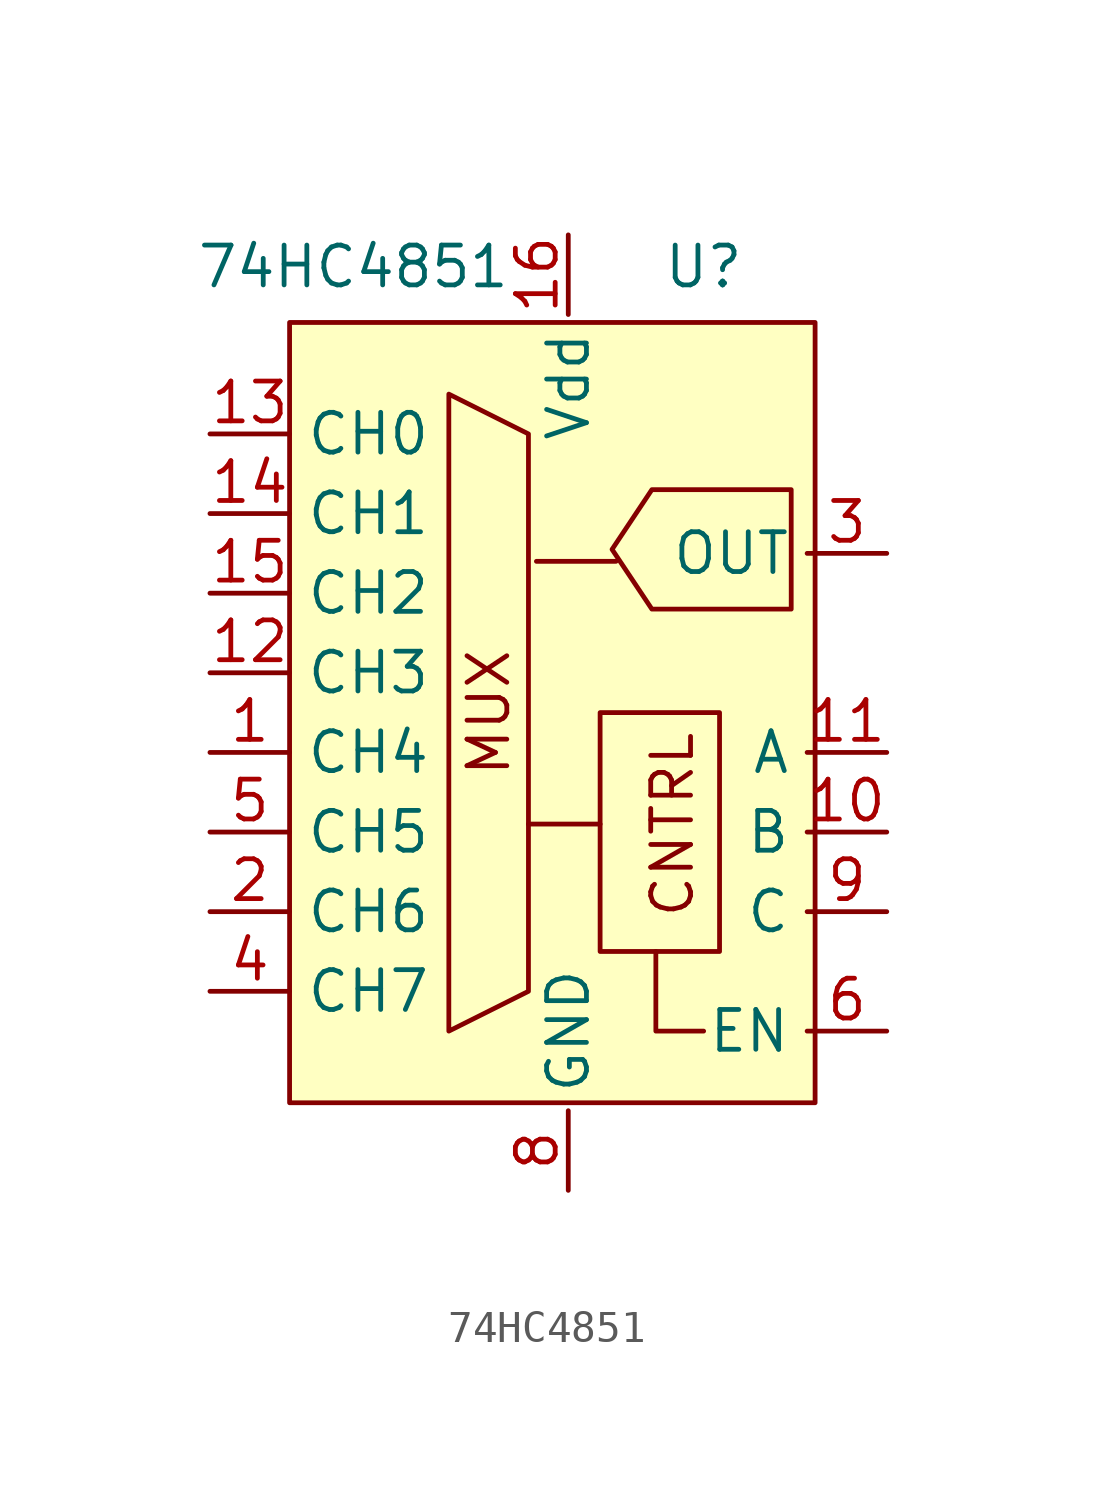
<source format=kicad_sym>
(kicad_symbol_lib
  (version 20211014)
  (generator kicad_symbol_editor)
  (symbol "74HC4851"
    (property "Reference" "U"
      (at 30.988 29.464 0)
      (effects (font (size 1.27 1.27))))
    (property "Value" "74HC4851"
      (at 19.812 29.464 0)
      (effects (font (size 1.27 1.27))))
    (symbol "74HC4851_0_0"
      (polyline (pts (xy 28.194 20.066) (xy 25.654 20.066)) (stroke (width 0) (type default) (color 0 0 0 0)) (fill (type none)))
      (polyline (pts (xy 25.4 11.684) (xy 27.432 11.684) (xy 27.686 11.684)) (stroke (width 0) (type default) (color 0 0 0 0)) (fill (type none)))
      (polyline (pts (xy 30.988 5.08) (xy 29.464 5.08) (xy 29.464 7.62)) (stroke (width 0) (type default) (color 0 0 0 0)) (fill (type none)))
      (rectangle (start 17.78 27.686) (end 34.544 2.794) (stroke (width 0) (type default) (color 0 0 0 0)) (fill (type background)))
      (text "CNTRL" (at 30.734 8.636 900) (effects (font (size 1.27 1.27)) (justify left bottom)))
      (text "MUX" (at 24.13 15.24 900) (effects (font (size 1.27 1.27)))))
    (symbol "74HC4851_0_1"
      (polyline (pts (xy 22.86 25.4) (xy 22.86 5.08) (xy 25.4 6.35) (xy 25.4 24.13) (xy 22.86 25.4)) (stroke (width 0) (type default) (color 0 0 0 0)) (fill (type none)))
      (polyline (pts (xy 33.782 22.352) (xy 33.782 18.542) (xy 29.337 18.542) (xy 28.067 20.447) (xy 29.337 22.352) (xy 33.782 22.352)) (stroke (width 0) (type default) (color 0 0 0 0)) (fill (type none)))
      (rectangle (start 27.686 15.24) (end 31.496 7.62) (stroke (width 0) (type default) (color 0 0 0 0)) (fill (type none))))
    (symbol "74HC4851_1_1"
      (pin input line (at 15.24 13.97 0) (length 2.54) (name "CH4" (effects (font (size 1.27 1.27)))) (number "1" (effects (font (size 1.27 1.27)))))
      (pin input line (at 36.83 11.43 180) (length 2.54) (name "B" (effects (font (size 1.27 1.27)))) (number "10" (effects (font (size 1.27 1.27)))))
      (pin input line (at 36.83 13.97 180) (length 2.54) (name "A" (effects (font (size 1.27 1.27)))) (number "11" (effects (font (size 1.27 1.27)))))
      (pin input line (at 15.24 16.51 0) (length 2.54) (name "CH3" (effects (font (size 1.27 1.27)))) (number "12" (effects (font (size 1.27 1.27)))))
      (pin input line (at 15.24 24.13 0) (length 2.54) (name "CH0" (effects (font (size 1.27 1.27)))) (number "13" (effects (font (size 1.27 1.27)))))
      (pin input line (at 15.24 21.59 0) (length 2.54) (name "CH1" (effects (font (size 1.27 1.27)))) (number "14" (effects (font (size 1.27 1.27)))))
      (pin input line (at 15.24 19.05 0) (length 2.54) (name "CH2" (effects (font (size 1.27 1.27)))) (number "15" (effects (font (size 1.27 1.27)))))
      (pin power_in line (at 26.67 30.48 270) (length 2.54) (name "Vdd" (effects (font (size 1.27 1.27)))) (number "16" (effects (font (size 1.27 1.27)))))
      (pin input line (at 15.24 8.89 0) (length 2.54) (name "CH6" (effects (font (size 1.27 1.27)))) (number "2" (effects (font (size 1.27 1.27)))))
      (pin input line (at 36.83 20.32 180) (length 2.54) (name "OUT" (effects (font (size 1.27 1.27)))) (number "3" (effects (font (size 1.27 1.27)))))
      (pin input line (at 15.24 6.35 0) (length 2.54) (name "CH7" (effects (font (size 1.27 1.27)))) (number "4" (effects (font (size 1.27 1.27)))))
      (pin input line (at 15.24 11.43 0) (length 2.54) (name "CH5" (effects (font (size 1.27 1.27)))) (number "5" (effects (font (size 1.27 1.27)))))
      (pin input line (at 36.83 5.08 180) (length 2.54) (name "EN" (effects (font (size 1.27 1.27)))) (number "6" (effects (font (size 1.27 1.27)))))
      (pin power_in line (at 26.67 0 90) (length 2.54) (name "GND" (effects (font (size 1.27 1.27)))) (number "8" (effects (font (size 1.27 1.27)))))
      (pin input line (at 36.83 8.89 180) (length 2.54) (name "C" (effects (font (size 1.27 1.27)))) (number "9" (effects (font (size 1.27 1.27))))))))
</source>
